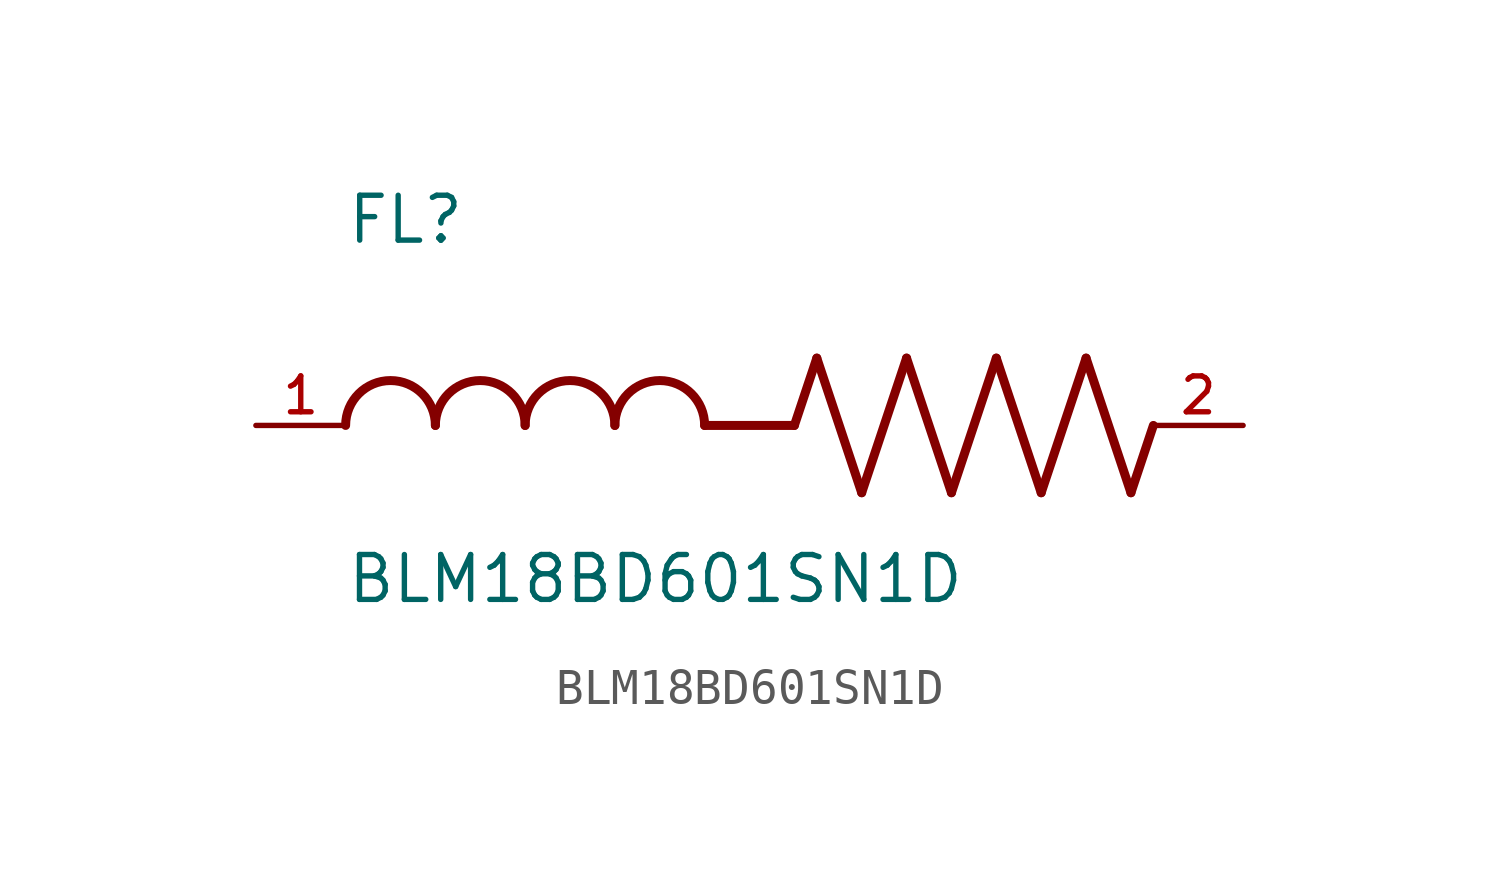
<source format=kicad_sym>
(kicad_symbol_lib
  (version 20211014)
  (generator kicad_symbol_editor)
  (symbol "BLM18BD601SN1D"
    (pin_names
      (offset 1.016))
    (property "Reference" "FL"
      (at -12.704 5.081 0)
      (effects (font (size 1.27 1.27)) (justify bottom left)))
    (property "Value" "BLM18BD601SN1D"
      (at -12.71 -5.087 0)
      (effects (font (size 1.27 1.27)) (justify bottom left)))
    (symbol "BLM18BD601SN1D_0_0"
      (polyline (pts (xy 0.0 0.0) (xy 0.635 1.905)) (stroke (width 0.254)))
      (polyline (pts (xy 0.635 1.905) (xy 1.905 -1.905)) (stroke (width 0.254)))
      (polyline (pts (xy 1.905 -1.905) (xy 3.175 1.905)) (stroke (width 0.254)))
      (polyline (pts (xy 3.175 1.905) (xy 4.445 -1.905)) (stroke (width 0.254)))
      (polyline (pts (xy 4.445 -1.905) (xy 5.715 1.905)) (stroke (width 0.254)))
      (polyline (pts (xy 5.715 1.905) (xy 6.985 -1.905)) (stroke (width 0.254)))
      (polyline (pts (xy 6.985 -1.905) (xy 8.255 1.905)) (stroke (width 0.254)))
      (polyline (pts (xy 8.255 1.905) (xy 9.525 -1.905)) (stroke (width 0.254)))
      (polyline (pts (xy 9.525 -1.905) (xy 10.16 0.0)) (stroke (width 0.254)))
      (arc (start -10.16 0.0) (mid -11.43 1.27) (end -12.7 0.0) (stroke (width 0.254) (type default) (color 0 0 0 0)) (fill (type none)))
      (arc (start -7.62 0.0) (mid -8.89 1.27) (end -10.16 0.0) (stroke (width 0.254) (type default) (color 0 0 0 0)) (fill (type none)))
      (arc (start -5.08 0.0) (mid -6.35 1.27) (end -7.62 0.0) (stroke (width 0.254) (type default) (color 0 0 0 0)) (fill (type none)))
      (arc (start -2.54 0.0) (mid -3.81 1.27) (end -5.08 0.0) (stroke (width 0.254) (type default) (color 0 0 0 0)) (fill (type none)))
      (polyline (pts (xy 0.0 0.0) (xy -2.54 0.0)) (stroke (width 0.254)))
      (pin passive line (at 12.7 0.0 180.0) (length 2.54) (name "~" (effects (font (size 1.016 1.016)))) (number "2" (effects (font (size 1.016 1.016)))))
      (pin passive line (at -15.24 0.0 0) (length 2.54) (name "~" (effects (font (size 1.016 1.016)))) (number "1" (effects (font (size 1.016 1.016))))))))
</source>
